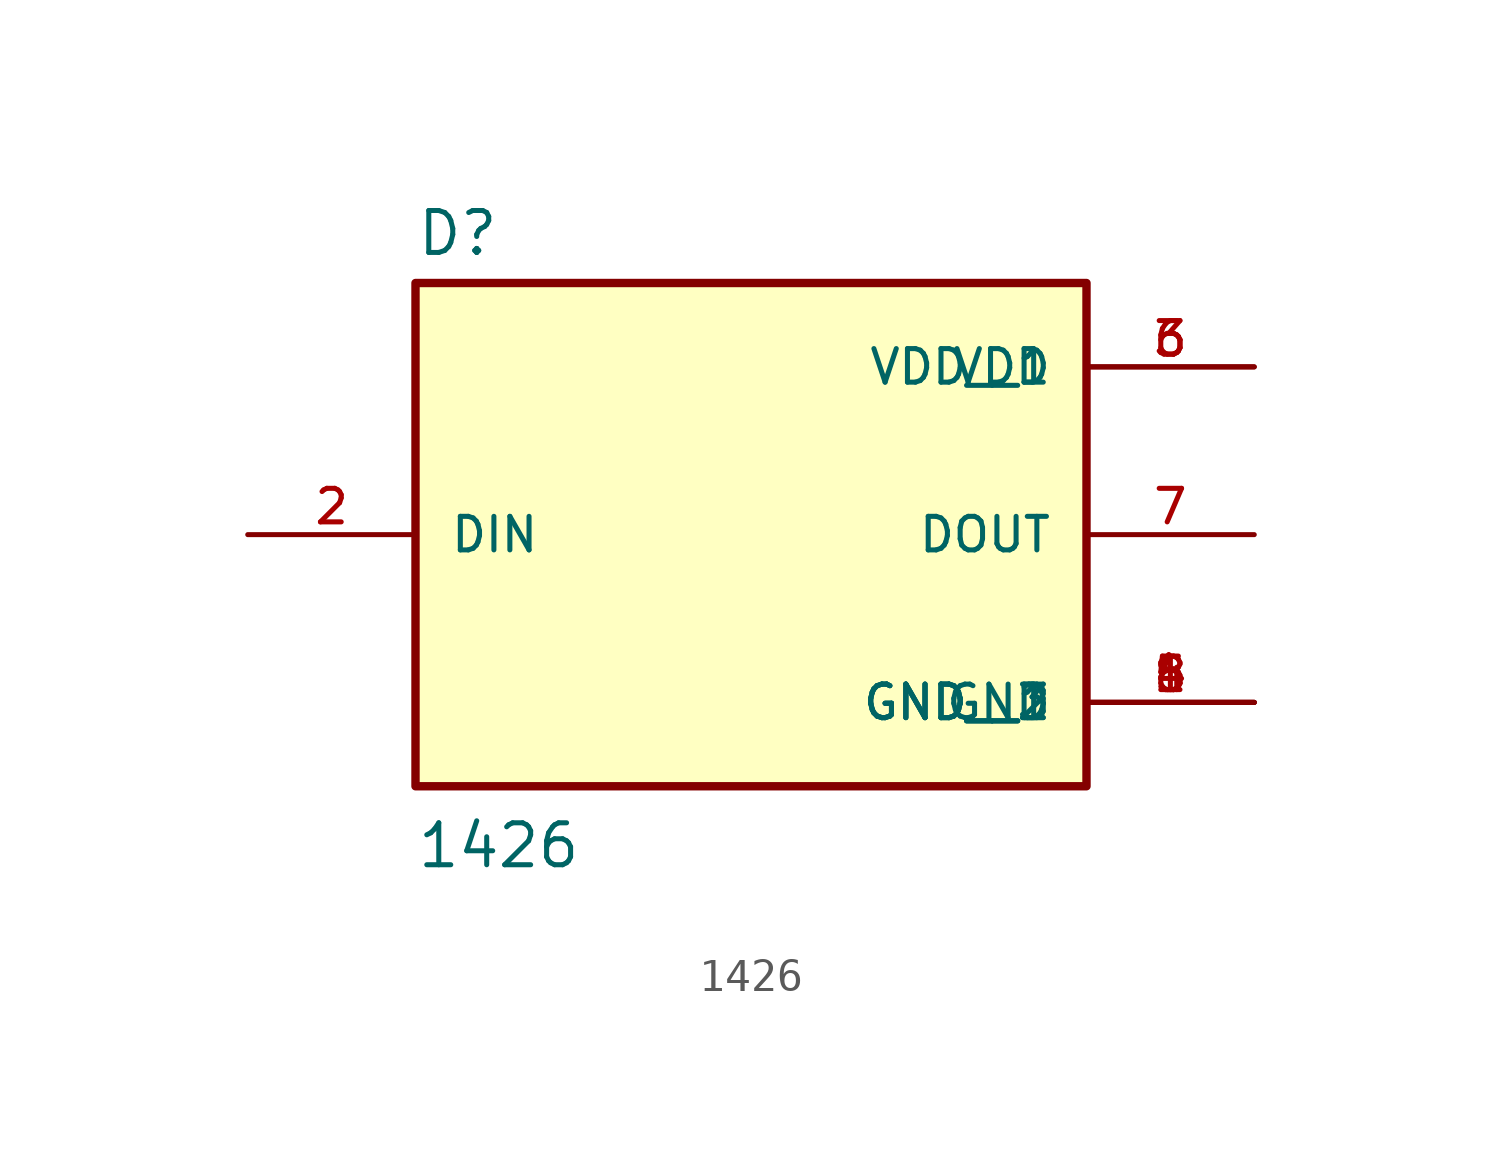
<source format=kicad_sym>
(kicad_symbol_lib
  (version 20211014)
  (generator kicad_symbol_editor)
  (symbol "1426"
    (pin_names
      (offset 1.016))
    (property "Reference" "D"
      (at -10.16 8.382 0)
      (effects (font (size 1.27 1.27)) (justify bottom left)))
    (property "Value" "1426"
      (at -10.16 -10.16 0)
      (effects (font (size 1.27 1.27)) (justify bottom left)))
    (symbol "1426_0_0"
      (rectangle (start -10.16 -7.62) (end 10.16 7.62) (stroke (width 0.254)) (fill (type background)))
      (pin input line (at -15.24 0.0 0) (length 5.08) (name "DIN" (effects (font (size 1.016 1.016)))) (number "2" (effects (font (size 1.016 1.016)))))
      (pin power_in line (at 15.24 5.08 180.0) (length 5.08) (name "VDD" (effects (font (size 1.016 1.016)))) (number "3" (effects (font (size 1.016 1.016)))))
      (pin output line (at 15.24 0.0 180.0) (length 5.08) (name "DOUT" (effects (font (size 1.016 1.016)))) (number "7" (effects (font (size 1.016 1.016)))))
      (pin power_in line (at 15.24 -5.08 180.0) (length 5.08) (name "GND" (effects (font (size 1.016 1.016)))) (number "1" (effects (font (size 1.016 1.016)))))
      (pin power_in line (at 15.24 5.08 180.0) (length 5.08) (name "VDD__1" (effects (font (size 1.016 1.016)))) (number "6" (effects (font (size 1.016 1.016)))))
      (pin power_in line (at 15.24 -5.08 180.0) (length 5.08) (name "GND__1" (effects (font (size 1.016 1.016)))) (number "4" (effects (font (size 1.016 1.016)))))
      (pin power_in line (at 15.24 -5.08 180.0) (length 5.08) (name "GND__2" (effects (font (size 1.016 1.016)))) (number "5" (effects (font (size 1.016 1.016)))))
      (pin power_in line (at 15.24 -5.08 180.0) (length 5.08) (name "GND__3" (effects (font (size 1.016 1.016)))) (number "8" (effects (font (size 1.016 1.016))))))))
</source>
